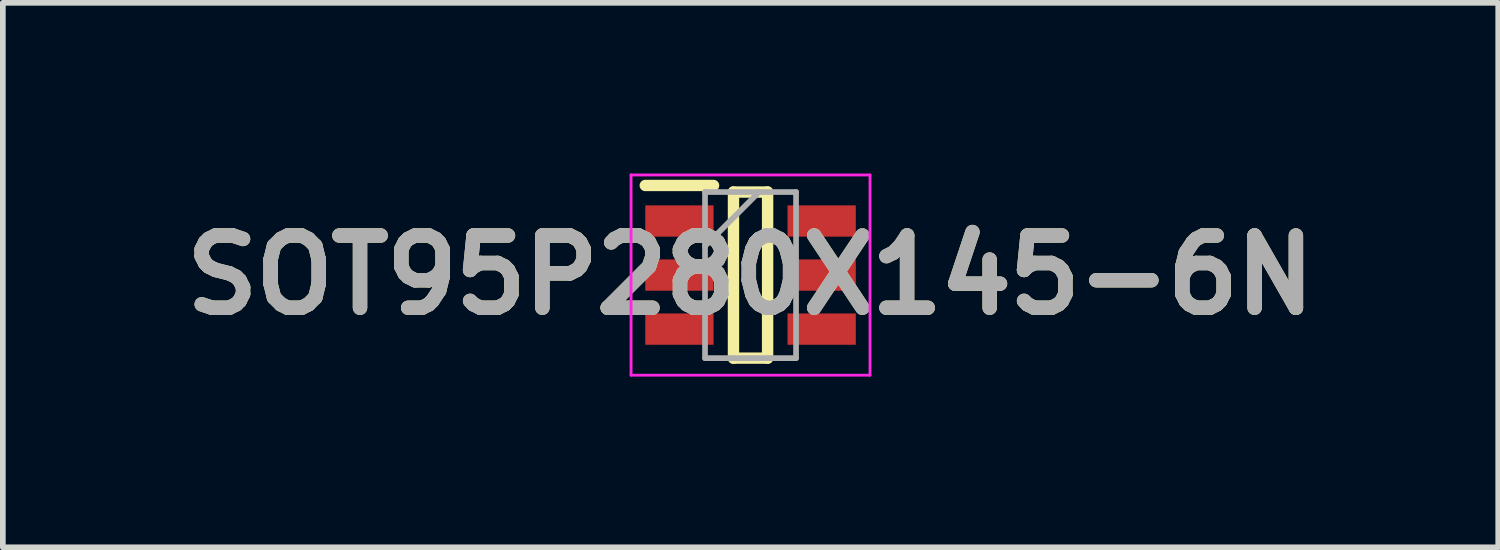
<source format=kicad_pcb>
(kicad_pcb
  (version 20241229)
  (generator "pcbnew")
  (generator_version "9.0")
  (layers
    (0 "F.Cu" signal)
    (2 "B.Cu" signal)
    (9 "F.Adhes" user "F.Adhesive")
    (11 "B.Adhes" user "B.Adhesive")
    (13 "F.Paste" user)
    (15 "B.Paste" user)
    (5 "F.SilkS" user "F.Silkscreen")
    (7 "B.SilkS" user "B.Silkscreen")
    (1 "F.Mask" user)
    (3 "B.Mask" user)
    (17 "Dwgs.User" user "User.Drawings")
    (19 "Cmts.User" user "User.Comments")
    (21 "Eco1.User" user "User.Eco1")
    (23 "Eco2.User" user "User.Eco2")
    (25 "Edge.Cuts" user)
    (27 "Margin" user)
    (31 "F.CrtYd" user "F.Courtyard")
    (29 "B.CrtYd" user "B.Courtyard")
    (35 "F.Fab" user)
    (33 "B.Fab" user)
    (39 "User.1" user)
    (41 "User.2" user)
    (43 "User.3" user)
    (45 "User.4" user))
  (footprint "SOT95P280X145-6N"
    (layer "F.Cu")
    (at 10.142 1.785)
    (property "Reference" "SOT95P280X145-6N" (at 0 0 0) (layer "F.SilkS") (effects (font (size 1.27 1.27) (thickness 0.254))))
    (attr smd)
    (fp_line (start -1.85 -1.575) (end -0.65 -1.575) (stroke (width 0.2) (type solid)) (layer "F.SilkS"))
    (fp_line (start -0.3 -1.46) (end 0.3 -1.46) (stroke (width 0.2) (type solid)) (layer "F.SilkS"))
    (fp_line (start -0.3 1.46) (end -0.3 -1.46) (stroke (width 0.2) (type solid)) (layer "F.SilkS"))
    (fp_line (start 0.3 -1.46) (end 0.3 1.46) (stroke (width 0.2) (type solid)) (layer "F.SilkS"))
    (fp_line (start 0.3 1.46) (end -0.3 1.46) (stroke (width 0.2) (type solid)) (layer "F.SilkS"))
    (fp_line (start -2.1 -1.76) (end 2.1 -1.76) (stroke (width 0.05) (type solid)) (layer "F.CrtYd"))
    (fp_line (start -2.1 1.76) (end -2.1 -1.76) (stroke (width 0.05) (type solid)) (layer "F.CrtYd"))
    (fp_line (start 2.1 -1.76) (end 2.1 1.76) (stroke (width 0.05) (type solid)) (layer "F.CrtYd"))
    (fp_line (start 2.1 1.76) (end -2.1 1.76) (stroke (width 0.05) (type solid)) (layer "F.CrtYd"))
    (fp_line (start -0.8 -1.46) (end 0.8 -1.46) (stroke (width 0.1) (type solid)) (layer "F.Fab"))
    (fp_line (start -0.8 -0.51) (end 0.15 -1.46) (stroke (width 0.1) (type solid)) (layer "F.Fab"))
    (fp_line (start -0.8 1.46) (end -0.8 -1.46) (stroke (width 0.1) (type solid)) (layer "F.Fab"))
    (fp_line (start 0.8 -1.46) (end 0.8 1.46) (stroke (width 0.1) (type solid)) (layer "F.Fab"))
    (fp_line (start 0.8 1.46) (end -0.8 1.46) (stroke (width 0.1) (type solid)) (layer "F.Fab"))
    (fp_text user "${REFERENCE}" (at 0 0 0) (layer "F.Fab") (effects (font (size 1.27 1.27) (thickness 0.254))))
    (pad "1" smd rect (at -1.25 -0.95 90) (size 0.55 1.2) (layers "F.Cu" "F.Mask" "F.Paste"))
    (pad "2" smd rect (at -1.25 0 90) (size 0.55 1.2) (layers "F.Cu" "F.Mask" "F.Paste"))
    (pad "3" smd rect (at -1.25 0.95 90) (size 0.55 1.2) (layers "F.Cu" "F.Mask" "F.Paste"))
    (pad "4" smd rect (at 1.25 0.95 90) (size 0.55 1.2) (layers "F.Cu" "F.Mask" "F.Paste"))
    (pad "5" smd rect (at 1.25 0 90) (size 0.55 1.2) (layers "F.Cu" "F.Mask" "F.Paste"))
    (pad "6" smd rect (at 1.25 -0.95 90) (size 0.55 1.2) (layers "F.Cu" "F.Mask" "F.Paste")))
  (gr_rect
    (start -3 -3)
    (end 23.284 6.57)
    (stroke (width 0.1) (type default))
    (fill no)
    (layer "Edge.Cuts")))
</source>
